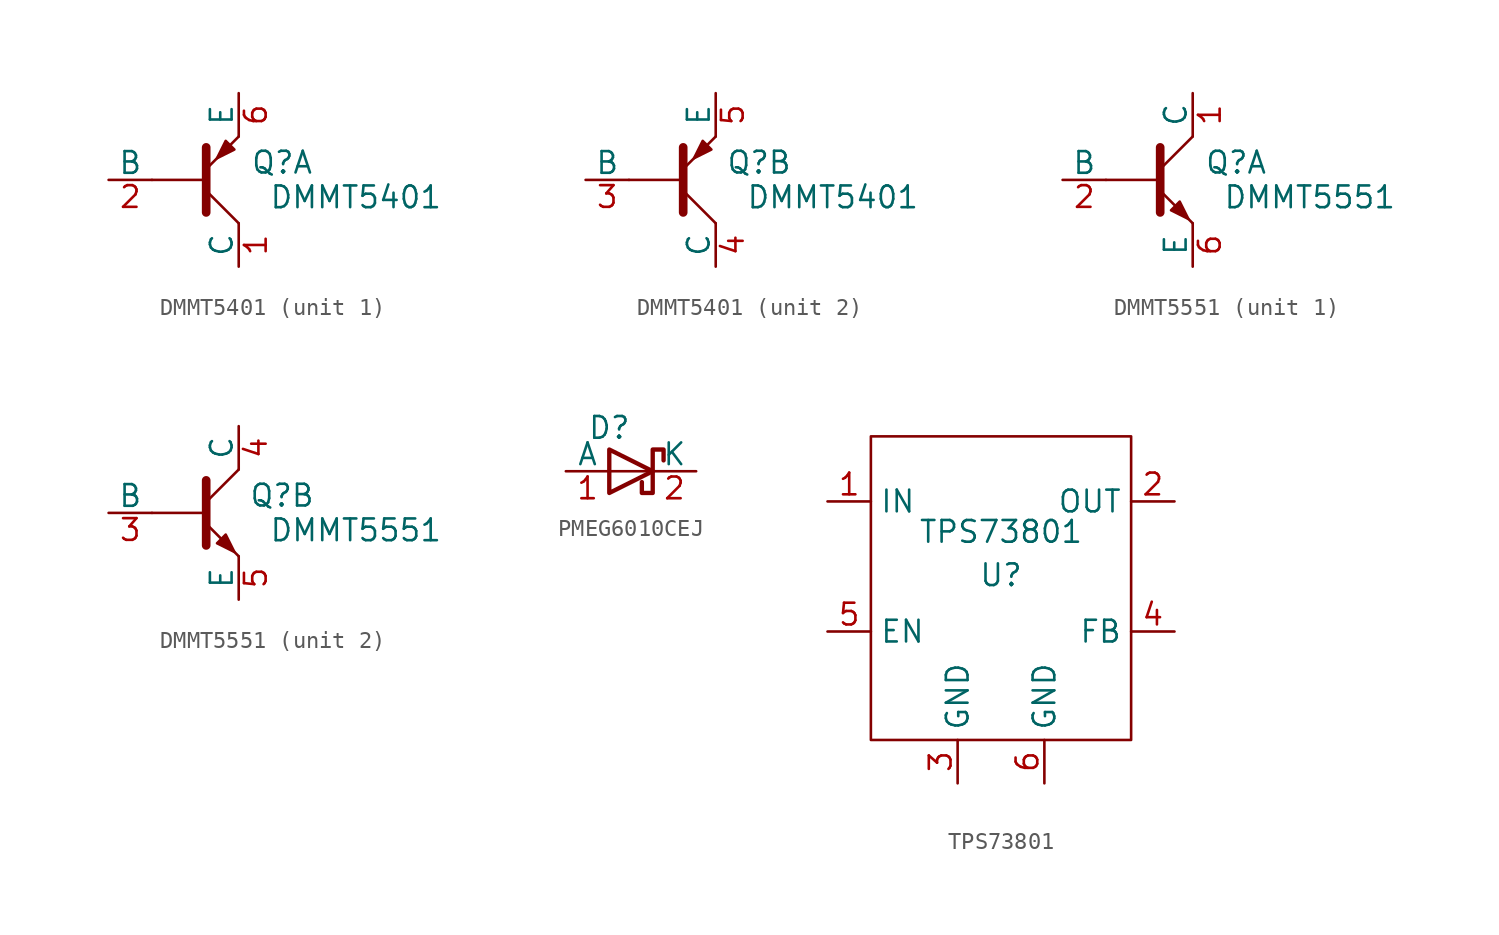
<source format=kicad_sym>
(kicad_symbol_lib
  (version 20241209)
  (generator "kicad_symbol_editor")
  (generator_version "9.0")
  (symbol "DMMT5401"
    (pin_names
      (offset 0))
    (property "Reference" "Q"
      (at 3.81 1.016 0)
      (effects (font (size 1.27 1.27))))
    (property "Value" "DMMT5401"
      (at 8.128 -1.016 0)
      (effects (font (size 1.27 1.27))))
    (symbol "DMMT5401_0_1"
      (polyline (pts (xy -3.81 0) (xy -0.635 0)) (stroke (width 0) (type default)) (fill (type none)))
      (polyline (pts (xy -0.635 0.635) (xy 1.27 2.54)) (stroke (width 0) (type default)) (fill (type none)))
      (polyline (pts (xy -0.635 -0.635) (xy 1.27 -2.54)) (stroke (width 0) (type default)) (fill (type none)))
      (polyline (pts (xy -0.635 -1.905) (xy -0.635 1.905)) (stroke (width 0.508) (type default)) (fill (type none)))
      (polyline (pts (xy 1.016 1.778) (xy 0.508 2.286) (xy 0 1.27) (xy 1.016 1.778)) (stroke (width 0) (type default)) (fill (type outline))))
    (symbol "DMMT5401_1_0"
      (pin passive line (at 1.27 5.08 270) (length 2.54) (name "E" (effects (font (size 1.27 1.27)))) (number "6" (effects (font (size 1.27 1.27))))))
    (symbol "DMMT5401_1_1"
      (pin input line (at -6.35 0 0) (length 2.54) (name "B" (effects (font (size 1.27 1.27)))) (number "2" (effects (font (size 1.27 1.27)))))
      (pin passive line (at 1.27 -5.08 90) (length 2.54) (name "C" (effects (font (size 1.27 1.27)))) (number "1" (effects (font (size 1.27 1.27))))))
    (symbol "DMMT5401_2_0"
      (pin passive line (at 1.27 5.08 270) (length 2.54) (name "E" (effects (font (size 1.27 1.27)))) (number "5" (effects (font (size 1.27 1.27)))))
      (pin passive line (at 1.27 -5.08 90) (length 2.54) (name "C" (effects (font (size 1.27 1.27)))) (number "4" (effects (font (size 1.27 1.27))))))
    (symbol "DMMT5401_2_1"
      (pin input line (at -6.35 0 0) (length 2.54) (name "B" (effects (font (size 1.27 1.27)))) (number "3" (effects (font (size 1.27 1.27)))))))
  (symbol "DMMT5551"
    (pin_names
      (offset 0))
    (property "Reference" "Q"
      (at 3.81 1.016 0)
      (effects (font (size 1.27 1.27))))
    (property "Value" "DMMT5551"
      (at 8.128 -1.016 0)
      (effects (font (size 1.27 1.27))))
    (symbol "DMMT5551_0_1"
      (polyline (pts (xy -3.81 0) (xy -0.635 0)) (stroke (width 0) (type default)) (fill (type none)))
      (polyline (pts (xy -0.635 1.905) (xy -0.635 -1.905)) (stroke (width 0.508) (type default)) (fill (type none)))
      (polyline (pts (xy -0.635 0.635) (xy 1.27 2.54)) (stroke (width 0) (type default)) (fill (type none)))
      (polyline (pts (xy -0.635 -0.635) (xy 1.27 -2.54)) (stroke (width 0) (type default)) (fill (type none)))
      (polyline (pts (xy 0 -1.778) (xy 0.508 -1.27) (xy 1.016 -2.286) (xy 0 -1.778)) (stroke (width 0) (type default)) (fill (type outline))))
    (symbol "DMMT5551_1_0"
      (pin passive line (at 1.27 -5.08 90) (length 2.54) (name "E" (effects (font (size 1.27 1.27)))) (number "6" (effects (font (size 1.27 1.27))))))
    (symbol "DMMT5551_1_1"
      (pin input line (at -6.35 0 0) (length 2.54) (name "B" (effects (font (size 1.27 1.27)))) (number "2" (effects (font (size 1.27 1.27)))))
      (pin passive line (at 1.27 5.08 270) (length 2.54) (name "C" (effects (font (size 1.27 1.27)))) (number "1" (effects (font (size 1.27 1.27))))))
    (symbol "DMMT5551_2_0"
      (pin passive line (at 1.27 5.08 270) (length 2.54) (name "C" (effects (font (size 1.27 1.27)))) (number "4" (effects (font (size 1.27 1.27)))))
      (pin passive line (at 1.27 -5.08 90) (length 2.54) (name "E" (effects (font (size 1.27 1.27)))) (number "5" (effects (font (size 1.27 1.27))))))
    (symbol "DMMT5551_2_1"
      (pin input line (at -6.35 0 0) (length 2.54) (name "B" (effects (font (size 1.27 1.27)))) (number "3" (effects (font (size 1.27 1.27)))))))
  (symbol "PMEG6010CEJ"
    (pin_names
      (offset 0))
    (property "Reference" "D"
      (at -1.27 2.54 0)
      (effects (font (size 1.27 1.27))))
    (property "Value" ""
      (at 0 0 0)
      (effects (font (size 1.27 1.27))))
    (symbol "PMEG6010CEJ_0_1"
      (polyline (pts (xy -1.27 1.27) (xy -1.27 -1.27) (xy 1.27 0) (xy -1.27 1.27)) (stroke (width 0.254) (type default)) (fill (type none)))
      (polyline (pts (xy -1.27 0) (xy 1.27 0)) (stroke (width 0) (type default)) (fill (type none)))
      (polyline (pts (xy 1.905 0.635) (xy 1.905 1.27) (xy 1.27 1.27) (xy 1.27 -1.27) (xy 0.635 -1.27) (xy 0.635 -0.635)) (stroke (width 0.254) (type default)) (fill (type none))))
    (symbol "PMEG6010CEJ_1_1"
      (pin passive line (at -3.81 0 0) (length 2.54) (name "A" (effects (font (size 1.27 1.27)))) (number "1" (effects (font (size 1.27 1.27)))))
      (pin passive line (at 3.81 0 180) (length 2.54) (name "K" (effects (font (size 1.27 1.27)))) (number "2" (effects (font (size 1.27 1.27)))))))
  (symbol "TPS73801"
    (property "Reference" "U"
      (at 0 -0.508 0)
      (effects (font (size 1.27 1.27))))
    (property "Value" "TPS73801"
      (at 0 2.032 0)
      (effects (font (size 1.27 1.27))))
    (symbol "TPS73801_0_1"
      (rectangle (start -7.62 7.62) (end 7.62 -10.16) (stroke (width 0) (type default)) (fill (type none))))
    (symbol "TPS73801_1_1"
      (pin power_in line (at -10.16 3.81 0) (length 2.54) (name "IN" (effects (font (size 1.27 1.27)))) (number "1" (effects (font (size 1.27 1.27)))))
      (pin input line (at -10.16 -3.81 0) (length 2.54) (name "EN" (effects (font (size 1.27 1.27)))) (number "5" (effects (font (size 1.27 1.27)))))
      (pin power_in line (at -2.54 -12.7 90) (length 2.54) (name "GND" (effects (font (size 1.27 1.27)))) (number "3" (effects (font (size 1.27 1.27)))))
      (pin power_in line (at 2.54 -12.7 90) (length 2.54) (name "GND" (effects (font (size 1.27 1.27)))) (number "6" (effects (font (size 1.27 1.27)))))
      (pin power_out line (at 10.16 3.81 180) (length 2.54) (name "OUT" (effects (font (size 1.27 1.27)))) (number "2" (effects (font (size 1.27 1.27)))))
      (pin input line (at 10.16 -3.81 180) (length 2.54) (name "FB" (effects (font (size 1.27 1.27)))) (number "4" (effects (font (size 1.27 1.27))))))))
</source>
